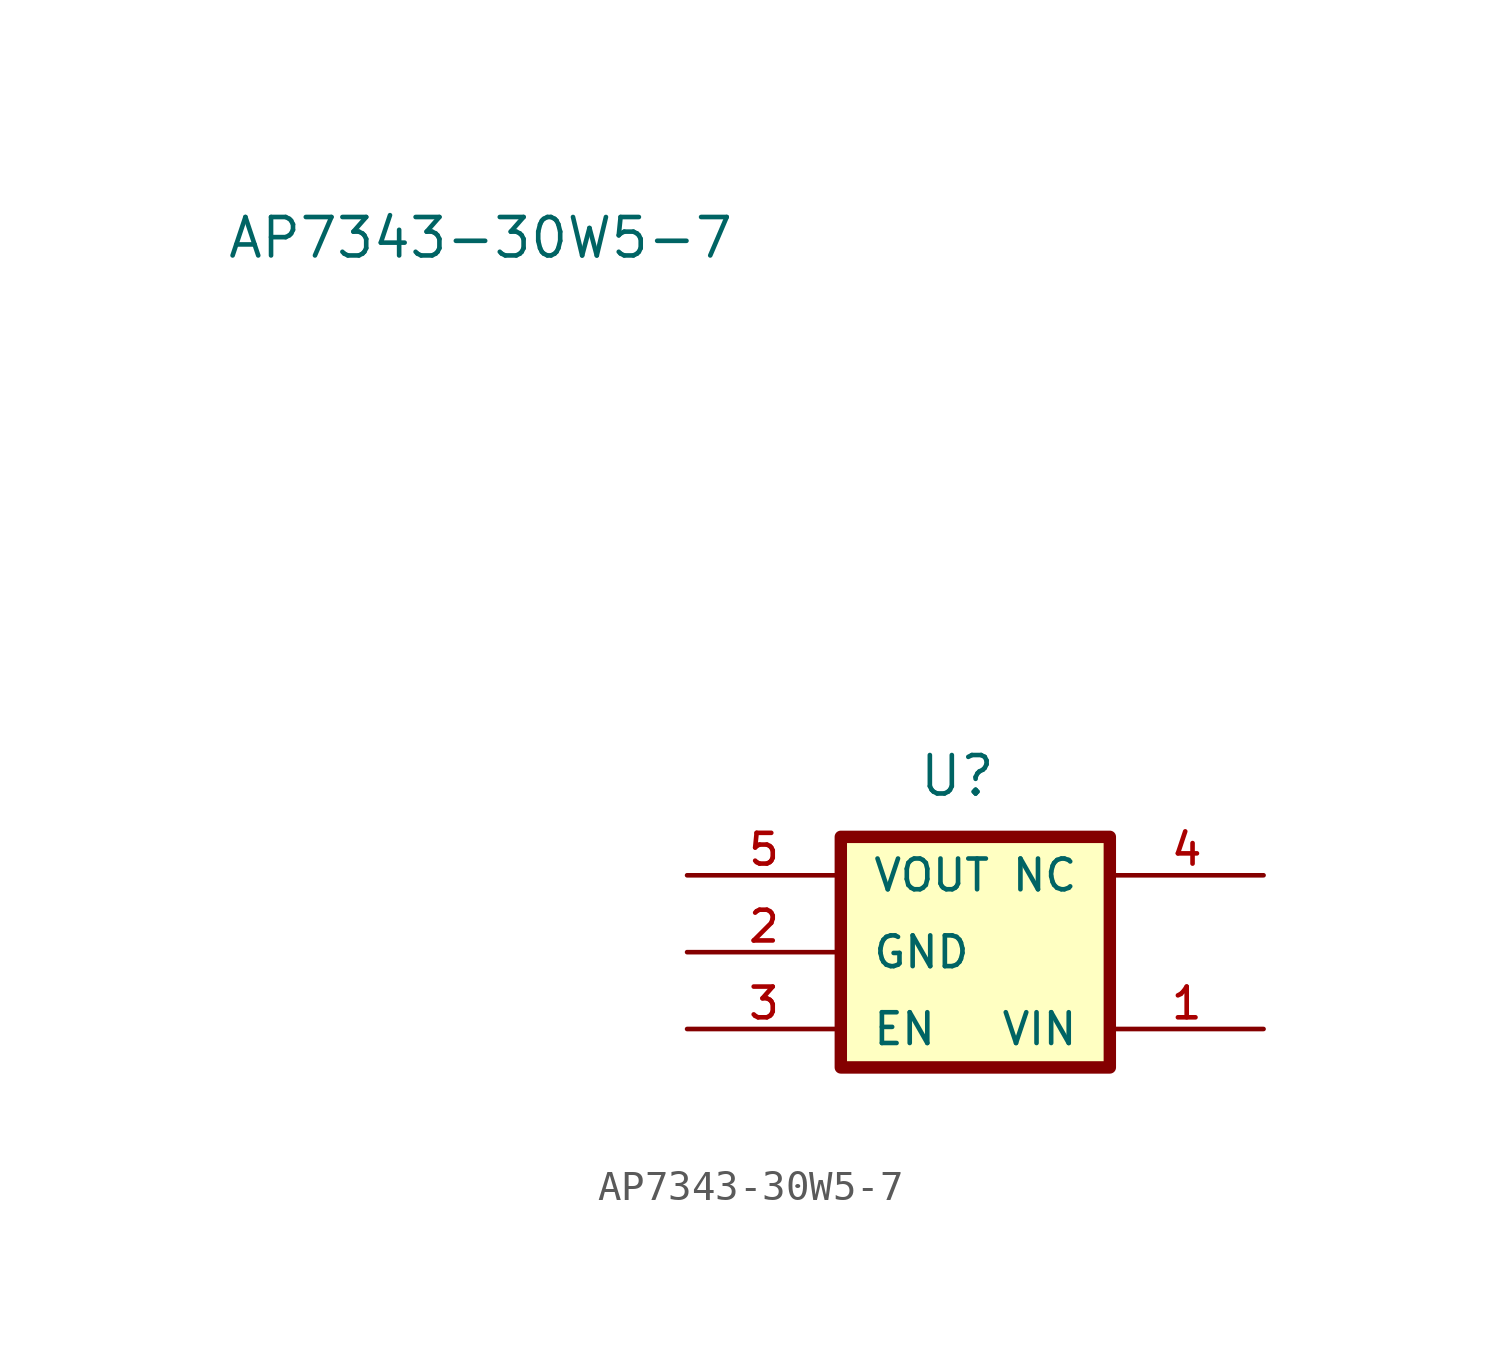
<source format=kicad_sym>
(kicad_symbol_lib
  (version 20220914)
  (generator kicad_symbol_editor)
  (symbol "AP7343-30W5-7"
    (pin_names
      (offset 1.016))
    (property "Reference" "U"
      (at 5.08 -3.81 0)
      (effects (font (size 1.27 1.27)) (justify left bottom)))
    (property "Value" "AP7343-30W5-7"
      (at -17.78 13.97 0)
      (effects (font (size 1.27 1.27)) (justify left bottom)))
    (symbol "AP7343-30W5-7_0_0"
      (rectangle (start 2.54 -5.08) (end 11.43 -12.7) (stroke (width 0.41) (type default)) (fill (type background)))
      (pin input line (at 16.51 -11.43 180) (length 5.08) (name "VIN" (effects (font (size 1.016 1.016)))) (number "1" (effects (font (size 1.016 1.016)))))
      (pin power_in line (at -2.54 -8.89 0) (length 5.08) (name "GND" (effects (font (size 1.016 1.016)))) (number "2" (effects (font (size 1.016 1.016)))))
      (pin bidirectional line (at -2.54 -11.43 0) (length 5.08) (name "EN" (effects (font (size 1.016 1.016)))) (number "3" (effects (font (size 1.016 1.016)))))
      (pin bidirectional line (at 16.51 -6.35 180) (length 5.08) (name "NC" (effects (font (size 1.016 1.016)))) (number "4" (effects (font (size 1.016 1.016)))))
      (pin output line (at -2.54 -6.35 0) (length 5.08) (name "VOUT" (effects (font (size 1.016 1.016)))) (number "5" (effects (font (size 1.016 1.016))))))))
</source>
